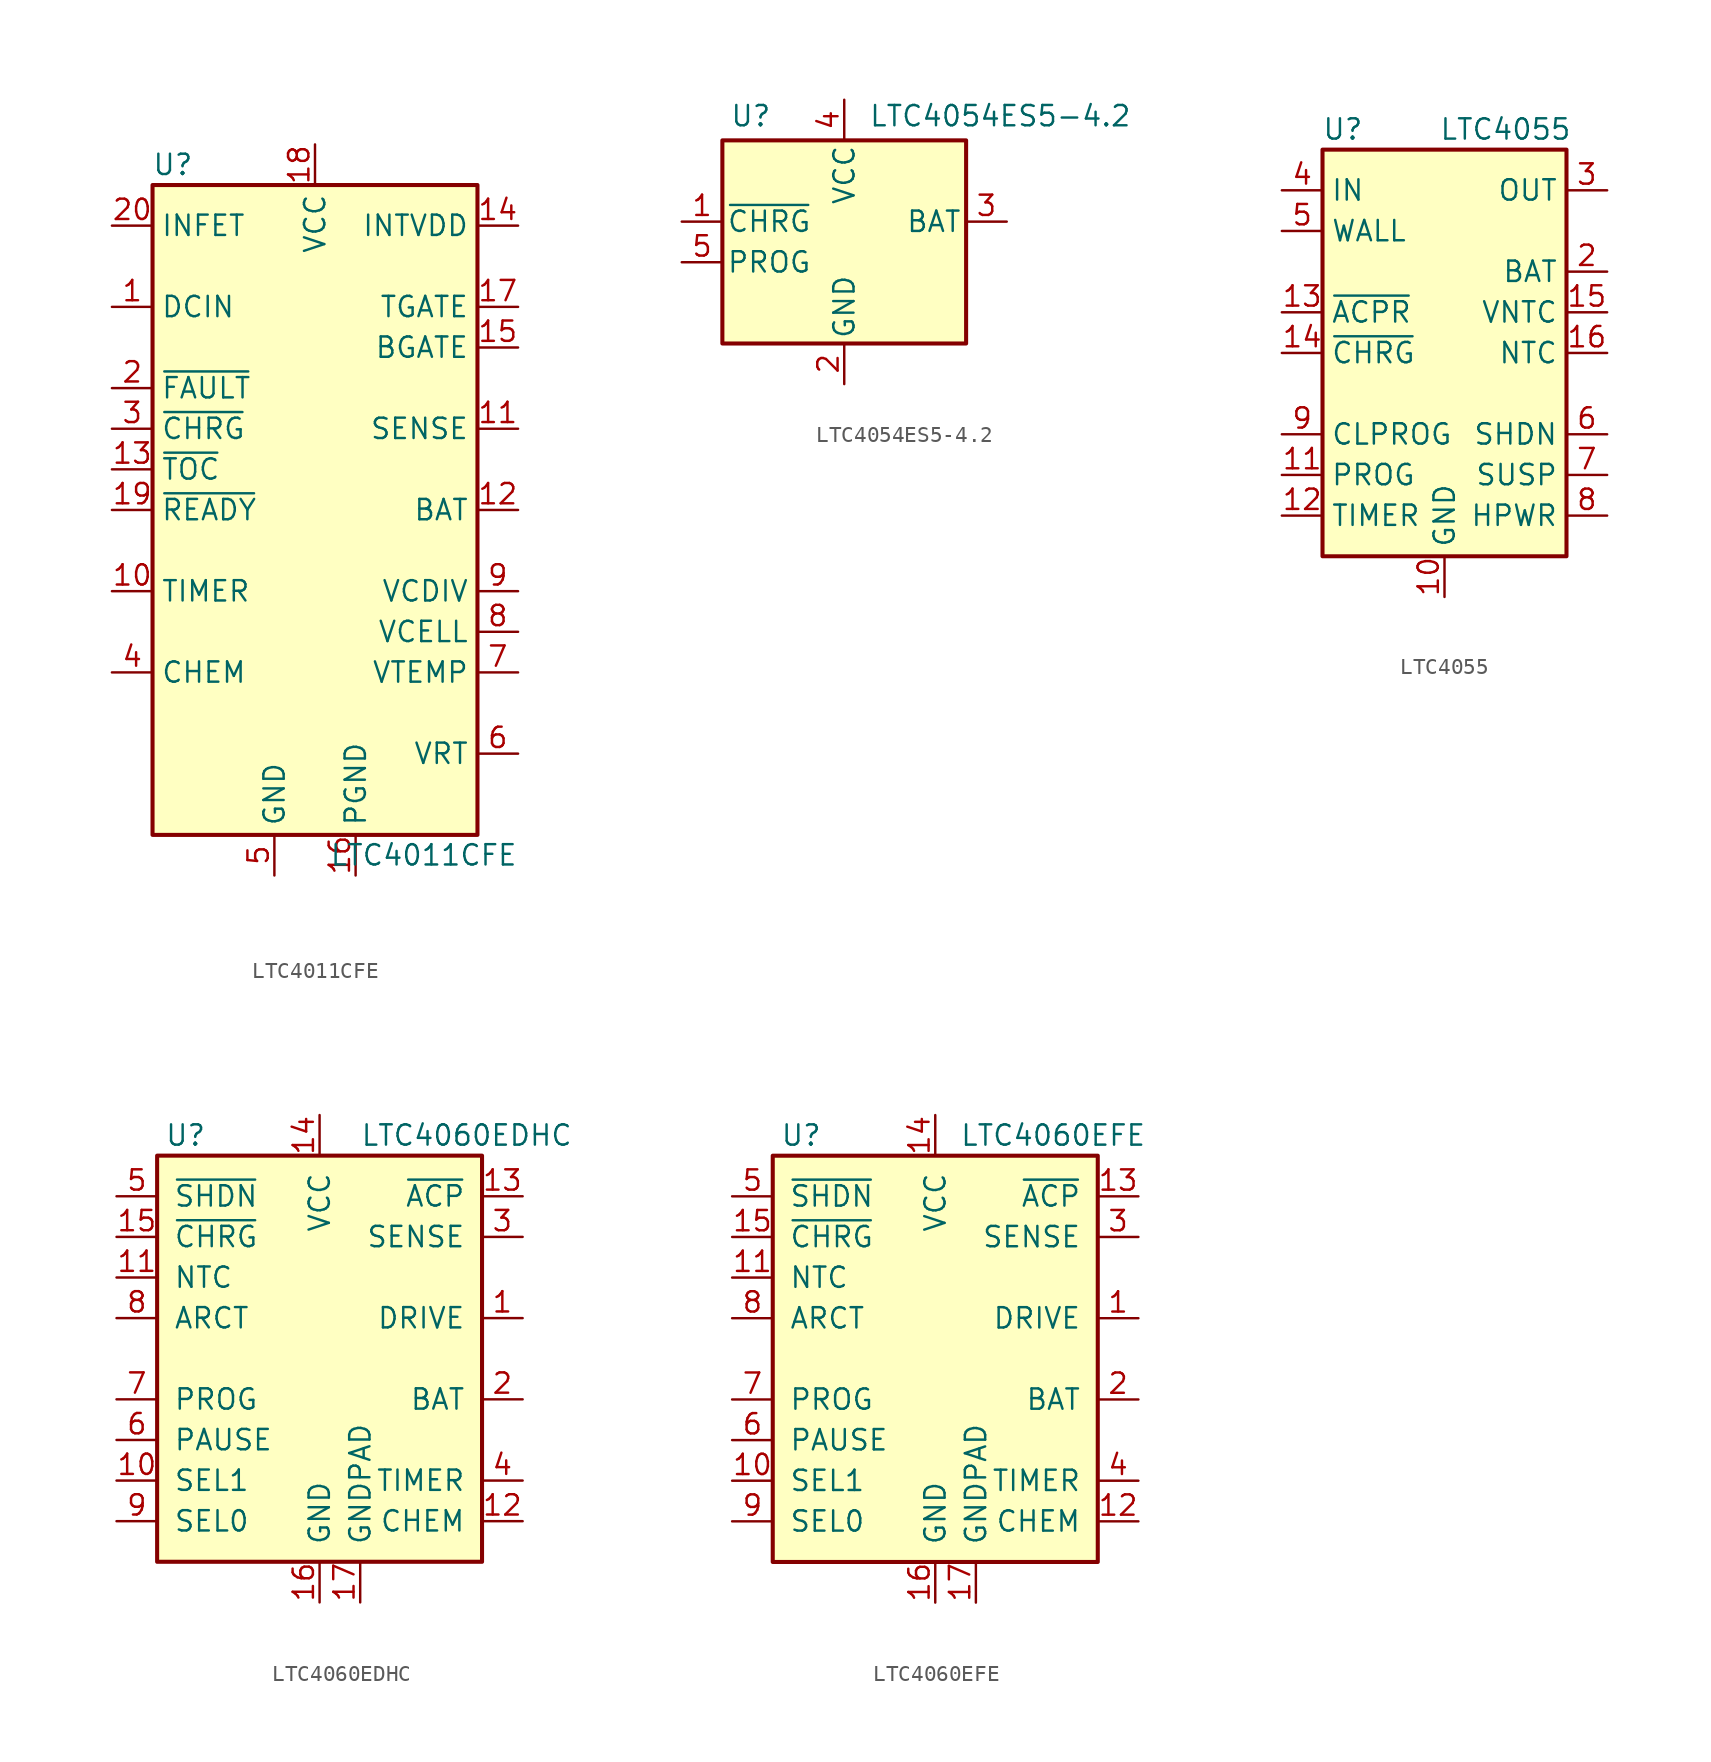
<source format=kicad_sym>
(kicad_symbol_lib
  (version 20201005)
  (generator kicad_symbol_editor)
  (symbol "Battery_Management:LTC4011CFE"
    (property "Reference" "U"
      (at -8.89 21.59 0)
      (effects (font (size 1.27 1.27))))
    (property "Value" "LTC4011CFE"
      (at 12.7 -21.59 0)
      (effects (font (size 1.27 1.27)) (justify right)))
    (symbol "LTC4011CFE_0_1"
      (rectangle (start -10.16 20.32) (end 10.16 -20.32) (stroke (width 0.254)) (fill (type background))))
    (symbol "LTC4011CFE_1_1"
      (pin input line (at -12.7 12.7 0) (length 2.54) (name "DCIN" (effects (font (size 1.27 1.27)))) (number "1" (effects (font (size 1.27 1.27)))))
      (pin passive line (at -12.7 -5.08 0) (length 2.54) (name "TIMER" (effects (font (size 1.27 1.27)))) (number "10" (effects (font (size 1.27 1.27)))))
      (pin input line (at 12.7 5.08 180) (length 2.54) (name "SENSE" (effects (font (size 1.27 1.27)))) (number "11" (effects (font (size 1.27 1.27)))))
      (pin power_out line (at 12.7 0 180) (length 2.54) (name "BAT" (effects (font (size 1.27 1.27)))) (number "12" (effects (font (size 1.27 1.27)))))
      (pin open_collector line (at -12.7 2.54 0) (length 2.54) (name "~TOC" (effects (font (size 1.27 1.27)))) (number "13" (effects (font (size 1.27 1.27)))))
      (pin power_out line (at 12.7 17.78 180) (length 2.54) (name "INTVDD" (effects (font (size 1.27 1.27)))) (number "14" (effects (font (size 1.27 1.27)))))
      (pin output line (at 12.7 10.16 180) (length 2.54) (name "BGATE" (effects (font (size 1.27 1.27)))) (number "15" (effects (font (size 1.27 1.27)))))
      (pin power_in line (at 2.54 -22.86 90) (length 2.54) (name "PGND" (effects (font (size 1.27 1.27)))) (number "16" (effects (font (size 1.27 1.27)))))
      (pin output line (at 12.7 12.7 180) (length 2.54) (name "TGATE" (effects (font (size 1.27 1.27)))) (number "17" (effects (font (size 1.27 1.27)))))
      (pin power_in line (at 0 22.86 270) (length 2.54) (name "VCC" (effects (font (size 1.27 1.27)))) (number "18" (effects (font (size 1.27 1.27)))))
      (pin open_collector line (at -12.7 0 0) (length 2.54) (name "~READY" (effects (font (size 1.27 1.27)))) (number "19" (effects (font (size 1.27 1.27)))))
      (pin open_collector line (at -12.7 7.62 0) (length 2.54) (name "~FAULT" (effects (font (size 1.27 1.27)))) (number "2" (effects (font (size 1.27 1.27)))))
      (pin output line (at -12.7 17.78 0) (length 2.54) (name "INFET" (effects (font (size 1.27 1.27)))) (number "20" (effects (font (size 1.27 1.27)))))
      (pin passive line (at -2.54 -22.86 90) (length 2.54) hide (name "GND" (effects (font (size 1.27 1.27)))) (number "21" (effects (font (size 1.27 1.27)))))
      (pin open_collector line (at -12.7 5.08 0) (length 2.54) (name "~CHRG" (effects (font (size 1.27 1.27)))) (number "3" (effects (font (size 1.27 1.27)))))
      (pin passive line (at -12.7 -10.16 0) (length 2.54) (name "CHEM" (effects (font (size 1.27 1.27)))) (number "4" (effects (font (size 1.27 1.27)))))
      (pin power_in line (at -2.54 -22.86 90) (length 2.54) (name "GND" (effects (font (size 1.27 1.27)))) (number "5" (effects (font (size 1.27 1.27)))))
      (pin output line (at 12.7 -15.24 180) (length 2.54) (name "VRT" (effects (font (size 1.27 1.27)))) (number "6" (effects (font (size 1.27 1.27)))))
      (pin input line (at 12.7 -10.16 180) (length 2.54) (name "VTEMP" (effects (font (size 1.27 1.27)))) (number "7" (effects (font (size 1.27 1.27)))))
      (pin input line (at 12.7 -7.62 180) (length 2.54) (name "VCELL" (effects (font (size 1.27 1.27)))) (number "8" (effects (font (size 1.27 1.27)))))
      (pin output line (at 12.7 -5.08 180) (length 2.54) (name "VCDIV" (effects (font (size 1.27 1.27)))) (number "9" (effects (font (size 1.27 1.27)))))))
  (symbol "Battery_Management:LTC4054ES5-4.2"
    (pin_names
      (offset 0.254))
    (property "Reference" "U"
      (at -5.842 6.604 0)
      (effects (font (size 1.27 1.27))))
    (property "Value" "LTC4054ES5-4.2"
      (at 1.524 6.604 0)
      (effects (font (size 1.27 1.27)) (justify left)))
    (symbol "LTC4054ES5-4.2_0_1"
      (rectangle (start -7.62 5.08) (end 7.62 -7.62) (stroke (width 0.254)) (fill (type background))))
    (symbol "LTC4054ES5-4.2_1_1"
      (pin open_collector line (at -10.16 0 0) (length 2.54) (name "~CHRG" (effects (font (size 1.27 1.27)))) (number "1" (effects (font (size 1.27 1.27)))))
      (pin power_in line (at 0 -10.16 90) (length 2.54) (name "GND" (effects (font (size 1.27 1.27)))) (number "2" (effects (font (size 1.27 1.27)))))
      (pin power_out line (at 10.16 0 180) (length 2.54) (name "BAT" (effects (font (size 1.27 1.27)))) (number "3" (effects (font (size 1.27 1.27)))))
      (pin power_in line (at 0 7.62 270) (length 2.54) (name "VCC" (effects (font (size 1.27 1.27)))) (number "4" (effects (font (size 1.27 1.27)))))
      (pin bidirectional line (at -10.16 -2.54 0) (length 2.54) (name "PROG" (effects (font (size 1.27 1.27)))) (number "5" (effects (font (size 1.27 1.27)))))))
  (symbol "Battery_Management:LTC4055"
    (property "Reference" "U"
      (at -6.35 13.97 0)
      (effects (font (size 1.27 1.27))))
    (property "Value" "LTC4055"
      (at 3.81 13.97 0)
      (effects (font (size 1.27 1.27))))
    (symbol "LTC4055_0_1"
      (rectangle (start -7.62 12.7) (end 7.62 -12.7) (stroke (width 0.254)) (fill (type background))))
    (symbol "LTC4055_1_1"
      (pin passive line (at -10.16 10.16 0) (length 2.54) hide (name "IN" (effects (font (size 1.27 1.27)))) (number "1" (effects (font (size 1.27 1.27)))))
      (pin power_in line (at 0 -15.24 90) (length 2.54) (name "GND" (effects (font (size 1.27 1.27)))) (number "10" (effects (font (size 1.27 1.27)))))
      (pin passive line (at -10.16 -7.62 0) (length 2.54) (name "PROG" (effects (font (size 1.27 1.27)))) (number "11" (effects (font (size 1.27 1.27)))))
      (pin passive line (at -10.16 -10.16 0) (length 2.54) (name "TIMER" (effects (font (size 1.27 1.27)))) (number "12" (effects (font (size 1.27 1.27)))))
      (pin open_collector line (at -10.16 2.54 0) (length 2.54) (name "~ACPR" (effects (font (size 1.27 1.27)))) (number "13" (effects (font (size 1.27 1.27)))))
      (pin open_collector line (at -10.16 0 0) (length 2.54) (name "~CHRG" (effects (font (size 1.27 1.27)))) (number "14" (effects (font (size 1.27 1.27)))))
      (pin output line (at 10.16 2.54 180) (length 2.54) (name "VNTC" (effects (font (size 1.27 1.27)))) (number "15" (effects (font (size 1.27 1.27)))))
      (pin input line (at 10.16 0 180) (length 2.54) (name "NTC" (effects (font (size 1.27 1.27)))) (number "16" (effects (font (size 1.27 1.27)))))
      (pin passive line (at 0 -15.24 90) (length 2.54) hide (name "GND" (effects (font (size 1.27 1.27)))) (number "17" (effects (font (size 1.27 1.27)))))
      (pin passive line (at 10.16 5.08 180) (length 2.54) (name "BAT" (effects (font (size 1.27 1.27)))) (number "2" (effects (font (size 1.27 1.27)))))
      (pin passive line (at 10.16 10.16 180) (length 2.54) (name "OUT" (effects (font (size 1.27 1.27)))) (number "3" (effects (font (size 1.27 1.27)))))
      (pin power_in line (at -10.16 10.16 0) (length 2.54) (name "IN" (effects (font (size 1.27 1.27)))) (number "4" (effects (font (size 1.27 1.27)))))
      (pin input line (at -10.16 7.62 0) (length 2.54) (name "WALL" (effects (font (size 1.27 1.27)))) (number "5" (effects (font (size 1.27 1.27)))))
      (pin input line (at 10.16 -5.08 180) (length 2.54) (name "SHDN" (effects (font (size 1.27 1.27)))) (number "6" (effects (font (size 1.27 1.27)))))
      (pin input line (at 10.16 -7.62 180) (length 2.54) (name "SUSP" (effects (font (size 1.27 1.27)))) (number "7" (effects (font (size 1.27 1.27)))))
      (pin input line (at 10.16 -10.16 180) (length 2.54) (name "HPWR" (effects (font (size 1.27 1.27)))) (number "8" (effects (font (size 1.27 1.27)))))
      (pin passive line (at -10.16 -5.08 0) (length 2.54) (name "CLPROG" (effects (font (size 1.27 1.27)))) (number "9" (effects (font (size 1.27 1.27)))))))
  (symbol "Battery_Management:LTC4060EDHC"
    (pin_names
      (offset 1.016))
    (property "Reference" "U"
      (at -8.382 13.97 0)
      (effects (font (size 1.27 1.27))))
    (property "Value" "LTC4060EDHC"
      (at 2.54 13.97 0)
      (effects (font (size 1.27 1.27)) (justify left)))
    (symbol "LTC4060EDHC_0_1"
      (rectangle (start -10.16 12.7) (end 10.16 -12.7) (stroke (width 0.254)) (fill (type background))))
    (symbol "LTC4060EDHC_1_1"
      (pin output line (at 12.7 2.54 180) (length 2.54) (name "DRIVE" (effects (font (size 1.27 1.27)))) (number "1" (effects (font (size 1.27 1.27)))))
      (pin input line (at -12.7 -7.62 0) (length 2.54) (name "SEL1" (effects (font (size 1.27 1.27)))) (number "10" (effects (font (size 1.27 1.27)))))
      (pin input line (at -12.7 5.08 0) (length 2.54) (name "NTC" (effects (font (size 1.27 1.27)))) (number "11" (effects (font (size 1.27 1.27)))))
      (pin input line (at 12.7 -10.16 180) (length 2.54) (name "CHEM" (effects (font (size 1.27 1.27)))) (number "12" (effects (font (size 1.27 1.27)))))
      (pin open_collector line (at 12.7 10.16 180) (length 2.54) (name "~ACP" (effects (font (size 1.27 1.27)))) (number "13" (effects (font (size 1.27 1.27)))))
      (pin power_in line (at 0 15.24 270) (length 2.54) (name "VCC" (effects (font (size 1.27 1.27)))) (number "14" (effects (font (size 1.27 1.27)))))
      (pin open_collector line (at -12.7 7.62 0) (length 2.54) (name "~CHRG" (effects (font (size 1.27 1.27)))) (number "15" (effects (font (size 1.27 1.27)))))
      (pin power_in line (at 0 -15.24 90) (length 2.54) (name "GND" (effects (font (size 1.27 1.27)))) (number "16" (effects (font (size 1.27 1.27)))))
      (pin power_in line (at 2.54 -15.24 90) (length 2.54) (name "GNDPAD" (effects (font (size 1.27 1.27)))) (number "17" (effects (font (size 1.27 1.27)))))
      (pin input line (at 12.7 -2.54 180) (length 2.54) (name "BAT" (effects (font (size 1.27 1.27)))) (number "2" (effects (font (size 1.27 1.27)))))
      (pin input line (at 12.7 7.62 180) (length 2.54) (name "SENSE" (effects (font (size 1.27 1.27)))) (number "3" (effects (font (size 1.27 1.27)))))
      (pin input line (at 12.7 -7.62 180) (length 2.54) (name "TIMER" (effects (font (size 1.27 1.27)))) (number "4" (effects (font (size 1.27 1.27)))))
      (pin input line (at -12.7 10.16 0) (length 2.54) (name "~SHDN" (effects (font (size 1.27 1.27)))) (number "5" (effects (font (size 1.27 1.27)))))
      (pin input line (at -12.7 -5.08 0) (length 2.54) (name "PAUSE" (effects (font (size 1.27 1.27)))) (number "6" (effects (font (size 1.27 1.27)))))
      (pin input line (at -12.7 -2.54 0) (length 2.54) (name "PROG" (effects (font (size 1.27 1.27)))) (number "7" (effects (font (size 1.27 1.27)))))
      (pin input line (at -12.7 2.54 0) (length 2.54) (name "ARCT" (effects (font (size 1.27 1.27)))) (number "8" (effects (font (size 1.27 1.27)))))
      (pin input line (at -12.7 -10.16 0) (length 2.54) (name "SEL0" (effects (font (size 1.27 1.27)))) (number "9" (effects (font (size 1.27 1.27)))))))
  (symbol "Battery_Management:LTC4060EFE"
    (pin_names
      (offset 1.016))
    (property "Reference" "U"
      (at -8.382 13.97 0)
      (effects (font (size 1.27 1.27))))
    (property "Value" "LTC4060EFE"
      (at 1.524 13.97 0)
      (effects (font (size 1.27 1.27)) (justify left)))
    (symbol "LTC4060EFE_0_1"
      (rectangle (start -10.16 12.7) (end 10.16 -12.7) (stroke (width 0.254)) (fill (type background))))
    (symbol "LTC4060EFE_1_1"
      (pin output line (at 12.7 2.54 180) (length 2.54) (name "DRIVE" (effects (font (size 1.27 1.27)))) (number "1" (effects (font (size 1.27 1.27)))))
      (pin input line (at -12.7 -7.62 0) (length 2.54) (name "SEL1" (effects (font (size 1.27 1.27)))) (number "10" (effects (font (size 1.27 1.27)))))
      (pin input line (at -12.7 5.08 0) (length 2.54) (name "NTC" (effects (font (size 1.27 1.27)))) (number "11" (effects (font (size 1.27 1.27)))))
      (pin input line (at 12.7 -10.16 180) (length 2.54) (name "CHEM" (effects (font (size 1.27 1.27)))) (number "12" (effects (font (size 1.27 1.27)))))
      (pin open_collector line (at 12.7 10.16 180) (length 2.54) (name "~ACP" (effects (font (size 1.27 1.27)))) (number "13" (effects (font (size 1.27 1.27)))))
      (pin power_in line (at 0 15.24 270) (length 2.54) (name "VCC" (effects (font (size 1.27 1.27)))) (number "14" (effects (font (size 1.27 1.27)))))
      (pin open_collector line (at -12.7 7.62 0) (length 2.54) (name "~CHRG" (effects (font (size 1.27 1.27)))) (number "15" (effects (font (size 1.27 1.27)))))
      (pin power_in line (at 0 -15.24 90) (length 2.54) (name "GND" (effects (font (size 1.27 1.27)))) (number "16" (effects (font (size 1.27 1.27)))))
      (pin power_in line (at 2.54 -15.24 90) (length 2.54) (name "GNDPAD" (effects (font (size 1.27 1.27)))) (number "17" (effects (font (size 1.27 1.27)))))
      (pin input line (at 12.7 -2.54 180) (length 2.54) (name "BAT" (effects (font (size 1.27 1.27)))) (number "2" (effects (font (size 1.27 1.27)))))
      (pin input line (at 12.7 7.62 180) (length 2.54) (name "SENSE" (effects (font (size 1.27 1.27)))) (number "3" (effects (font (size 1.27 1.27)))))
      (pin input line (at 12.7 -7.62 180) (length 2.54) (name "TIMER" (effects (font (size 1.27 1.27)))) (number "4" (effects (font (size 1.27 1.27)))))
      (pin input line (at -12.7 10.16 0) (length 2.54) (name "~SHDN" (effects (font (size 1.27 1.27)))) (number "5" (effects (font (size 1.27 1.27)))))
      (pin input line (at -12.7 -5.08 0) (length 2.54) (name "PAUSE" (effects (font (size 1.27 1.27)))) (number "6" (effects (font (size 1.27 1.27)))))
      (pin input line (at -12.7 -2.54 0) (length 2.54) (name "PROG" (effects (font (size 1.27 1.27)))) (number "7" (effects (font (size 1.27 1.27)))))
      (pin input line (at -12.7 2.54 0) (length 2.54) (name "ARCT" (effects (font (size 1.27 1.27)))) (number "8" (effects (font (size 1.27 1.27)))))
      (pin input line (at -12.7 -10.16 0) (length 2.54) (name "SEL0" (effects (font (size 1.27 1.27)))) (number "9" (effects (font (size 1.27 1.27))))))))
</source>
